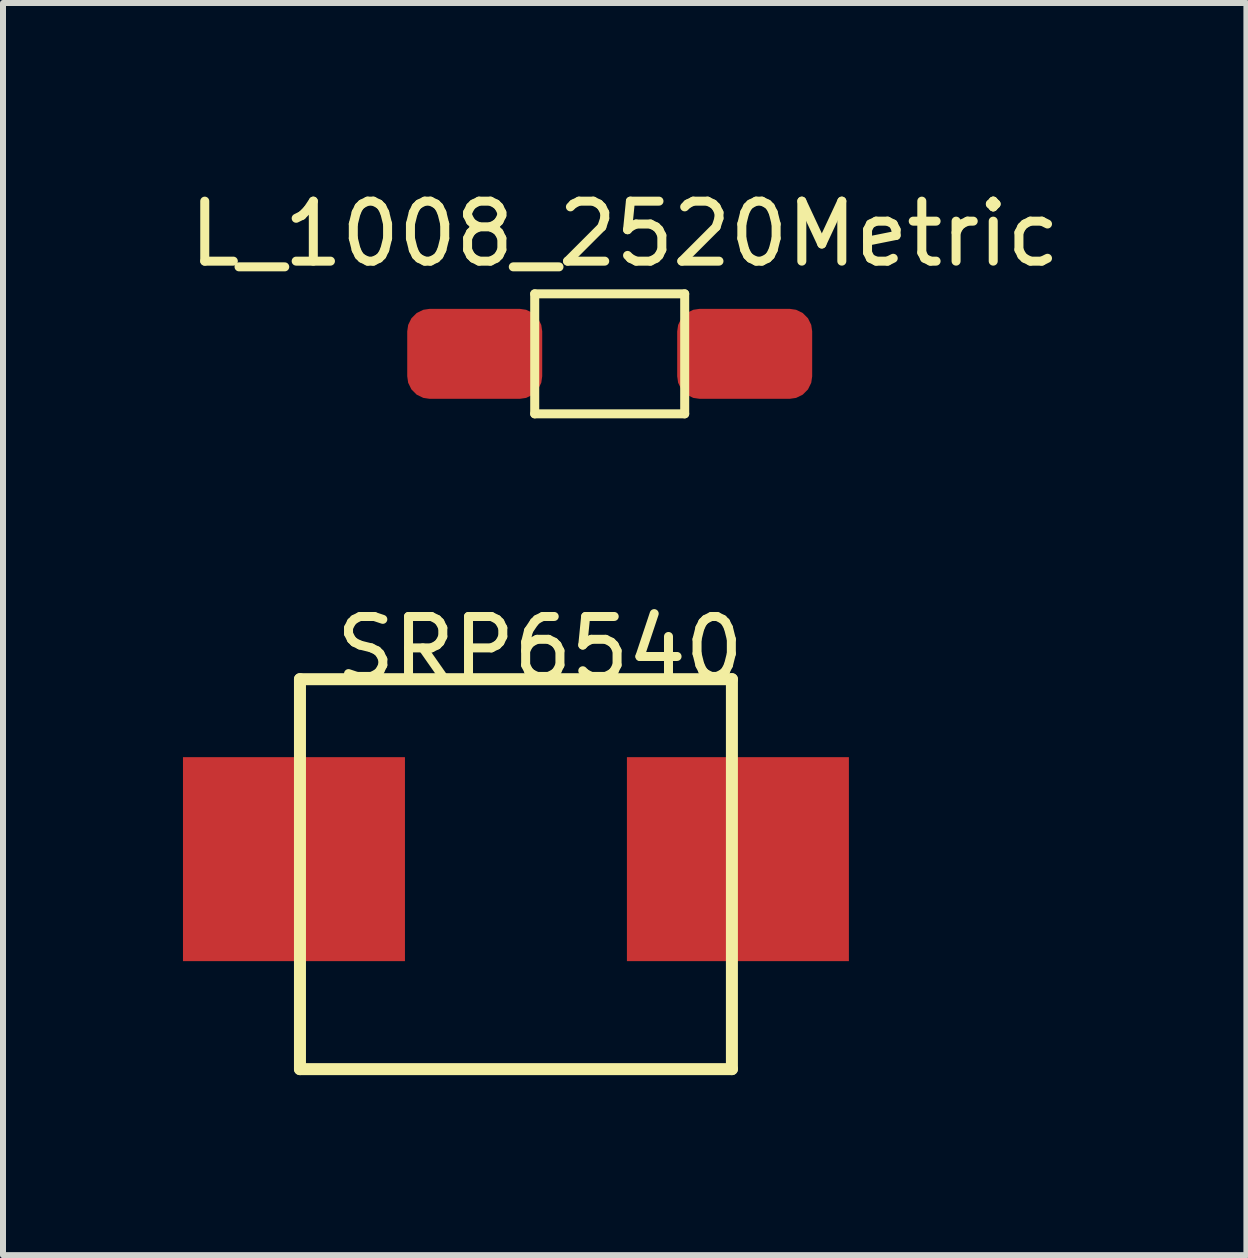
<source format=kicad_pcb>
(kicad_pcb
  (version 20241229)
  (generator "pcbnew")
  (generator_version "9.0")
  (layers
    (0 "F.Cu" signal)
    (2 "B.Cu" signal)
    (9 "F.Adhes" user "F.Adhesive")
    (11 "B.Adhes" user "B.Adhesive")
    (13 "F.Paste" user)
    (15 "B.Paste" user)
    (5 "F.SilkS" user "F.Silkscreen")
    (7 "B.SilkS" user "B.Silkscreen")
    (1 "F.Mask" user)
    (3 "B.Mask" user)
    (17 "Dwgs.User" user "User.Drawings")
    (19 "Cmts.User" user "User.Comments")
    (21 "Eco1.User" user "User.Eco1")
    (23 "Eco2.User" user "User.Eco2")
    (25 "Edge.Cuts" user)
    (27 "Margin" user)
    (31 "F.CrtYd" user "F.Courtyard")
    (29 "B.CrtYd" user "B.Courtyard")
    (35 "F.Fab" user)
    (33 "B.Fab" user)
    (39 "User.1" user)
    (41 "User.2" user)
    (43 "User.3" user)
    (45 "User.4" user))
  (footprint "L_1008_2520Metric"
    (layer "F.Cu")
    (at 7.363 2.848)
    (property "Reference" "L_1008_2520Metric" (at 0 -2 0) (layer "F.SilkS") (effects (font (size 1 1) (thickness 0.15))))
    (attr through_hole)
    (fp_line (start -1.5 -1) (end -1.5 1) (stroke (width 0.15) (type solid)) (layer "F.SilkS"))
    (fp_line (start -1.5 1) (end 1 1) (stroke (width 0.15) (type solid)) (layer "F.SilkS"))
    (fp_line (start 1 -1) (end -1.5 -1) (stroke (width 0.15) (type solid)) (layer "F.SilkS"))
    (fp_line (start 1 1) (end 1 -1) (stroke (width 0.15) (type solid)) (layer "F.SilkS"))
    (pad "1" smd roundrect (at -2.5 0 90) (size 1.5 2.25) (layers "F.Cu" "F.Mask" "F.Paste") (roundrect_rratio 0.25))
    (pad "2" smd roundrect (at 2 0 90) (size 1.5 2.25) (layers "F.Cu" "F.Mask" "F.Paste") (roundrect_rratio 0.25)))
  (footprint "SRP6540"
    (layer "F.Cu")
    (at 5.95 7.271)
    (property "Reference" "SRP6540" (at 0 0.5 0) (layer "F.SilkS") (effects (font (size 1 1) (thickness 0.15))))
    (attr through_hole)
    (fp_line (start -4 1) (end -4 7.5) (stroke (width 0.2) (type solid)) (layer "F.SilkS"))
    (fp_line (start -4 7.5) (end 3.2 7.5) (stroke (width 0.2) (type solid)) (layer "F.SilkS"))
    (fp_line (start 3.2 1) (end -4 1) (stroke (width 0.2) (type solid)) (layer "F.SilkS"))
    (fp_line (start 3.2 7.5) (end 3.2 1) (stroke (width 0.2) (type solid)) (layer "F.SilkS"))
    (pad "1" smd rect (at 3.3 4) (size 3.7 3.4) (layers "F.Cu" "F.Mask" "F.Paste"))
    (pad "2" smd rect (at -4.1 4) (size 3.7 3.4) (layers "F.Cu" "F.Mask" "F.Paste")))
  (gr_rect
    (start -3 -3)
    (end 17.726 17.872)
    (stroke (width 0.1) (type default))
    (fill no)
    (layer "Edge.Cuts")))
</source>
